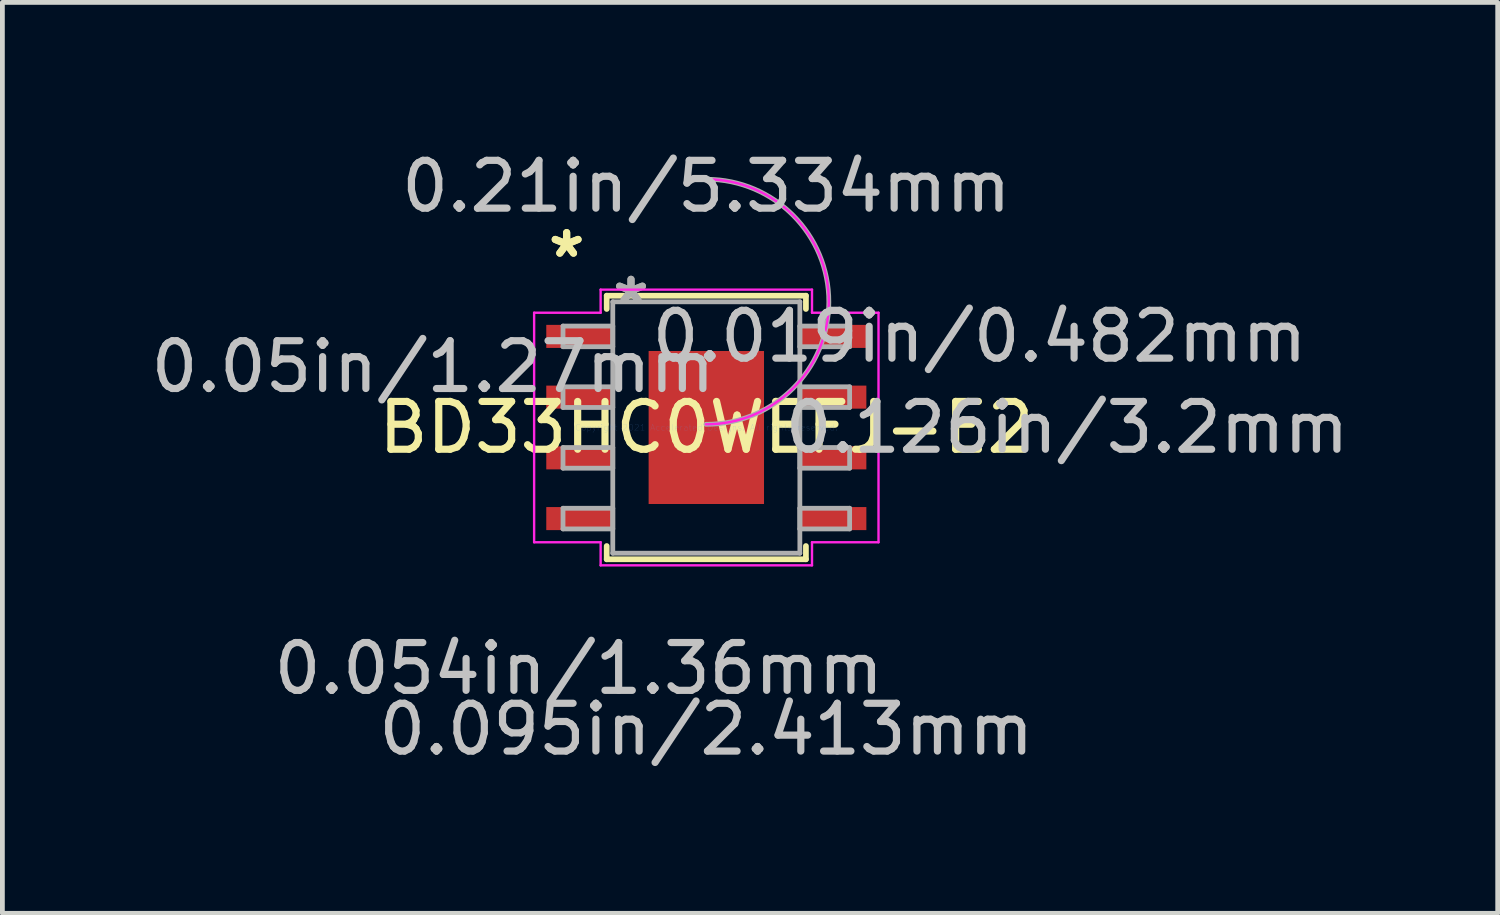
<source format=kicad_pcb>
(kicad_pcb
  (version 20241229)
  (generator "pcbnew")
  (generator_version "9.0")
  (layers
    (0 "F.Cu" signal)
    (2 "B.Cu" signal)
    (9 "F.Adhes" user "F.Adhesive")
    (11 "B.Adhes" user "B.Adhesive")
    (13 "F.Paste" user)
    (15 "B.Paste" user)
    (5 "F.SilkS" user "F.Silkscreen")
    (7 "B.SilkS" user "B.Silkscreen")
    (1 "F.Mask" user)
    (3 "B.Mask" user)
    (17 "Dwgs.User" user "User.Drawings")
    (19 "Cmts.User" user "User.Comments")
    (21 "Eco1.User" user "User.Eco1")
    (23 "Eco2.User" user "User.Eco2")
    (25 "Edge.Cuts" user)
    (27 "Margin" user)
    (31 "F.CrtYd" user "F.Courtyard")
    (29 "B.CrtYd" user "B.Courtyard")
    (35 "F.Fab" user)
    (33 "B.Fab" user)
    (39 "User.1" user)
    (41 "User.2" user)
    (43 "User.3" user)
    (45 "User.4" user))
  (footprint "BD33HC0WEFJ-E2"
    (layer "F.Cu")
    (at 11.721 5.89)
    (property "Reference" "BD33HC0WEFJ-E2" (at 0 0 0) (layer "F.SilkS") (effects (font (size 1 1) (thickness 0.15))))
    (attr through_hole)
    (fp_line (start -2.083 -2.756) (end -2.083 -2.479) (stroke (width 0.12) (type solid)) (layer "F.SilkS"))
    (fp_line (start -2.083 2.479) (end -2.083 2.756) (stroke (width 0.12) (type solid)) (layer "F.SilkS"))
    (fp_line (start -2.083 2.756) (end 2.083 2.756) (stroke (width 0.12) (type solid)) (layer "F.SilkS"))
    (fp_line (start 2.083 -2.756) (end -2.083 -2.756) (stroke (width 0.12) (type solid)) (layer "F.SilkS"))
    (fp_line (start 2.083 -2.479) (end 2.083 -2.756) (stroke (width 0.12) (type solid)) (layer "F.SilkS"))
    (fp_line (start 2.083 2.756) (end 2.083 2.479) (stroke (width 0.12) (type solid)) (layer "F.SilkS"))
    (fp_poly (pts (xy -1.107 -1.5) (xy -1.107 -0.1) (xy 1.107 -0.1) (xy 1.107 -1.5)) (stroke (width 0.1) (type solid)) (fill yes) (layer "F.Paste"))
    (fp_poly (pts (xy -1.107 0.1) (xy -1.107 1.5) (xy 1.107 1.5) (xy 1.107 0.1)) (stroke (width 0.1) (type solid)) (fill yes) (layer "F.Paste"))
    (fp_line (start -3.601 -2.4) (end -2.21 -2.4) (stroke (width 0.05) (type solid)) (layer "F.CrtYd"))
    (fp_line (start -3.601 2.4) (end -3.601 -2.4) (stroke (width 0.05) (type solid)) (layer "F.CrtYd"))
    (fp_line (start -2.21 -2.883) (end 2.21 -2.883) (stroke (width 0.05) (type solid)) (layer "F.CrtYd"))
    (fp_line (start -2.21 -2.4) (end -2.21 -2.883) (stroke (width 0.05) (type solid)) (layer "F.CrtYd"))
    (fp_line (start -2.21 2.4) (end -3.601 2.4) (stroke (width 0.05) (type solid)) (layer "F.CrtYd"))
    (fp_line (start -2.21 2.883) (end -2.21 2.4) (stroke (width 0.05) (type solid)) (layer "F.CrtYd"))
    (fp_line (start 2.21 -2.883) (end 2.21 -2.4) (stroke (width 0.05) (type solid)) (layer "F.CrtYd"))
    (fp_line (start 2.21 -2.4) (end 3.601 -2.4) (stroke (width 0.05) (type solid)) (layer "F.CrtYd"))
    (fp_line (start 2.21 2.4) (end 2.21 2.883) (stroke (width 0.05) (type solid)) (layer "F.CrtYd"))
    (fp_line (start 2.21 2.883) (end -2.21 2.883) (stroke (width 0.05) (type solid)) (layer "F.CrtYd"))
    (fp_line (start 3.601 -2.4) (end 3.601 2.4) (stroke (width 0.05) (type solid)) (layer "F.CrtYd"))
    (fp_line (start 3.601 2.4) (end 2.21 2.4) (stroke (width 0.05) (type solid)) (layer "F.CrtYd"))
    (fp_arc (start 0.00828 -5.191026) (mid 2.562126 -2.62062) (end -0.00828 -0.066774) (stroke (width 0.05) (type solid)) (layer "F.CrtYd"))
    (fp_line (start -2.997 -2.121) (end -2.997 -1.689) (stroke (width 0.1) (type solid)) (layer "F.Fab"))
    (fp_line (start -2.997 -1.689) (end -1.956 -1.689) (stroke (width 0.1) (type solid)) (layer "F.Fab"))
    (fp_line (start -2.997 -0.851) (end -2.997 -0.419) (stroke (width 0.1) (type solid)) (layer "F.Fab"))
    (fp_line (start -2.997 -0.419) (end -1.956 -0.419) (stroke (width 0.1) (type solid)) (layer "F.Fab"))
    (fp_line (start -2.997 0.419) (end -2.997 0.851) (stroke (width 0.1) (type solid)) (layer "F.Fab"))
    (fp_line (start -2.997 0.851) (end -1.956 0.851) (stroke (width 0.1) (type solid)) (layer "F.Fab"))
    (fp_line (start -2.997 1.689) (end -2.997 2.121) (stroke (width 0.1) (type solid)) (layer "F.Fab"))
    (fp_line (start -2.997 2.121) (end -1.956 2.121) (stroke (width 0.1) (type solid)) (layer "F.Fab"))
    (fp_line (start -1.956 -2.629) (end -1.956 2.629) (stroke (width 0.1) (type solid)) (layer "F.Fab"))
    (fp_line (start -1.956 -2.121) (end -2.997 -2.121) (stroke (width 0.1) (type solid)) (layer "F.Fab"))
    (fp_line (start -1.956 -1.689) (end -1.956 -2.121) (stroke (width 0.1) (type solid)) (layer "F.Fab"))
    (fp_line (start -1.956 -0.851) (end -2.997 -0.851) (stroke (width 0.1) (type solid)) (layer "F.Fab"))
    (fp_line (start -1.956 -0.419) (end -1.956 -0.851) (stroke (width 0.1) (type solid)) (layer "F.Fab"))
    (fp_line (start -1.956 0.419) (end -2.997 0.419) (stroke (width 0.1) (type solid)) (layer "F.Fab"))
    (fp_line (start -1.956 0.851) (end -1.956 0.419) (stroke (width 0.1) (type solid)) (layer "F.Fab"))
    (fp_line (start -1.956 1.689) (end -2.997 1.689) (stroke (width 0.1) (type solid)) (layer "F.Fab"))
    (fp_line (start -1.956 2.121) (end -1.956 1.689) (stroke (width 0.1) (type solid)) (layer "F.Fab"))
    (fp_line (start -1.956 2.629) (end 1.956 2.629) (stroke (width 0.1) (type solid)) (layer "F.Fab"))
    (fp_line (start 1.956 -2.629) (end -1.956 -2.629) (stroke (width 0.1) (type solid)) (layer "F.Fab"))
    (fp_line (start 1.956 -2.121) (end 1.956 -1.689) (stroke (width 0.1) (type solid)) (layer "F.Fab"))
    (fp_line (start 1.956 -1.689) (end 2.997 -1.689) (stroke (width 0.1) (type solid)) (layer "F.Fab"))
    (fp_line (start 1.956 -0.851) (end 1.956 -0.419) (stroke (width 0.1) (type solid)) (layer "F.Fab"))
    (fp_line (start 1.956 -0.419) (end 2.997 -0.419) (stroke (width 0.1) (type solid)) (layer "F.Fab"))
    (fp_line (start 1.956 0.419) (end 1.956 0.851) (stroke (width 0.1) (type solid)) (layer "F.Fab"))
    (fp_line (start 1.956 0.851) (end 2.997 0.851) (stroke (width 0.1) (type solid)) (layer "F.Fab"))
    (fp_line (start 1.956 1.689) (end 1.956 2.121) (stroke (width 0.1) (type solid)) (layer "F.Fab"))
    (fp_line (start 1.956 2.121) (end 2.997 2.121) (stroke (width 0.1) (type solid)) (layer "F.Fab"))
    (fp_line (start 1.956 2.629) (end 1.956 -2.629) (stroke (width 0.1) (type solid)) (layer "F.Fab"))
    (fp_line (start 2.997 -2.121) (end 1.956 -2.121) (stroke (width 0.1) (type solid)) (layer "F.Fab"))
    (fp_line (start 2.997 -1.689) (end 2.997 -2.121) (stroke (width 0.1) (type solid)) (layer "F.Fab"))
    (fp_line (start 2.997 -0.851) (end 1.956 -0.851) (stroke (width 0.1) (type solid)) (layer "F.Fab"))
    (fp_line (start 2.997 -0.419) (end 2.997 -0.851) (stroke (width 0.1) (type solid)) (layer "F.Fab"))
    (fp_line (start 2.997 0.419) (end 1.956 0.419) (stroke (width 0.1) (type solid)) (layer "F.Fab"))
    (fp_line (start 2.997 0.851) (end 2.997 0.419) (stroke (width 0.1) (type solid)) (layer "F.Fab"))
    (fp_line (start 2.997 1.689) (end 1.956 1.689) (stroke (width 0.1) (type solid)) (layer "F.Fab"))
    (fp_line (start 2.997 2.121) (end 2.997 1.689) (stroke (width 0.1) (type solid)) (layer "F.Fab"))
    (fp_arc (start 0.007742 -5.191026) (mid 2.562126 -2.621158) (end -0.007742 -0.066774) (stroke (width 0.1) (type solid)) (layer "F.Fab"))
    (fp_text user "*" (at -2.921 -3.53 0) (layer "F.SilkS") (effects (font (size 1 1) (thickness 0.15))))
    (fp_text user "*" (at -2.921 -3.53 0) (layer "F.SilkS") (effects (font (size 1 1) (thickness 0.15))))
    (fp_text user "0.21in/5.334mm" (at 0 -5.042 0) (layer "Dwgs.User") (effects (font (size 1 1) (thickness 0.15))))
    (fp_text user "0.095in/2.413mm" (at 0 6.312 0) (layer "Dwgs.User") (effects (font (size 1 1) (thickness 0.15))))
    (fp_text user "0.126in/3.2mm" (at 7.544 0 0) (layer "Dwgs.User") (effects (font (size 1 1) (thickness 0.15))))
    (fp_text user "0.019in/0.482mm" (at 5.715 -1.905 0) (layer "Dwgs.User") (effects (font (size 1 1) (thickness 0.15))))
    (fp_text user "0.054in/1.36mm" (at -2.667 5.042 0) (layer "Dwgs.User") (effects (font (size 1 1) (thickness 0.15))))
    (fp_text user "0.05in/1.27mm" (at -5.715 -1.27 0) (layer "Dwgs.User") (effects (font (size 1 1) (thickness 0.15))))
    (fp_text user "Copyright 2021 Accelerated Designs. All rights reserved." (at 0 0 0) (layer "Cmts.User") (effects (font (size 0.127 0.127) (thickness 0.002))))
    (fp_text user "*" (at -1.575 -2.553 0) (layer "F.Fab") (effects (font (size 1 1) (thickness 0.15))))
    (fp_text user "*" (at -1.575 -2.553 0) (layer "F.Fab") (effects (font (size 1 1) (thickness 0.15))))
    (pad "1" smd rect (at -2.667 -1.905) (size 1.36 0.482) (layers "F.Cu" "F.Mask" "F.Paste"))
    (pad "2" smd rect (at -2.667 -0.635) (size 1.36 0.482) (layers "F.Cu" "F.Mask" "F.Paste"))
    (pad "3" smd rect (at -2.667 0.635) (size 1.36 0.482) (layers "F.Cu" "F.Mask" "F.Paste"))
    (pad "4" smd rect (at -2.667 1.905) (size 1.36 0.482) (layers "F.Cu" "F.Mask" "F.Paste"))
    (pad "5" smd rect (at 2.667 1.905) (size 1.36 0.482) (layers "F.Cu" "F.Mask" "F.Paste"))
    (pad "6" smd rect (at 2.667 0.635) (size 1.36 0.482) (layers "F.Cu" "F.Mask" "F.Paste"))
    (pad "7" smd rect (at 2.667 -0.635) (size 1.36 0.482) (layers "F.Cu" "F.Mask" "F.Paste"))
    (pad "8" smd rect (at 2.667 -1.905) (size 1.36 0.482) (layers "F.Cu" "F.Mask" "F.Paste"))
    (pad "EPAD" smd rect (at 0 0) (size 2.413 3.2) (layers "F.Cu" "F.Mask")))
  (gr_rect
    (start -3 -3)
    (end 28.271 16.05)
    (stroke (width 0.1) (type default))
    (fill no)
    (layer "Edge.Cuts")))
</source>
